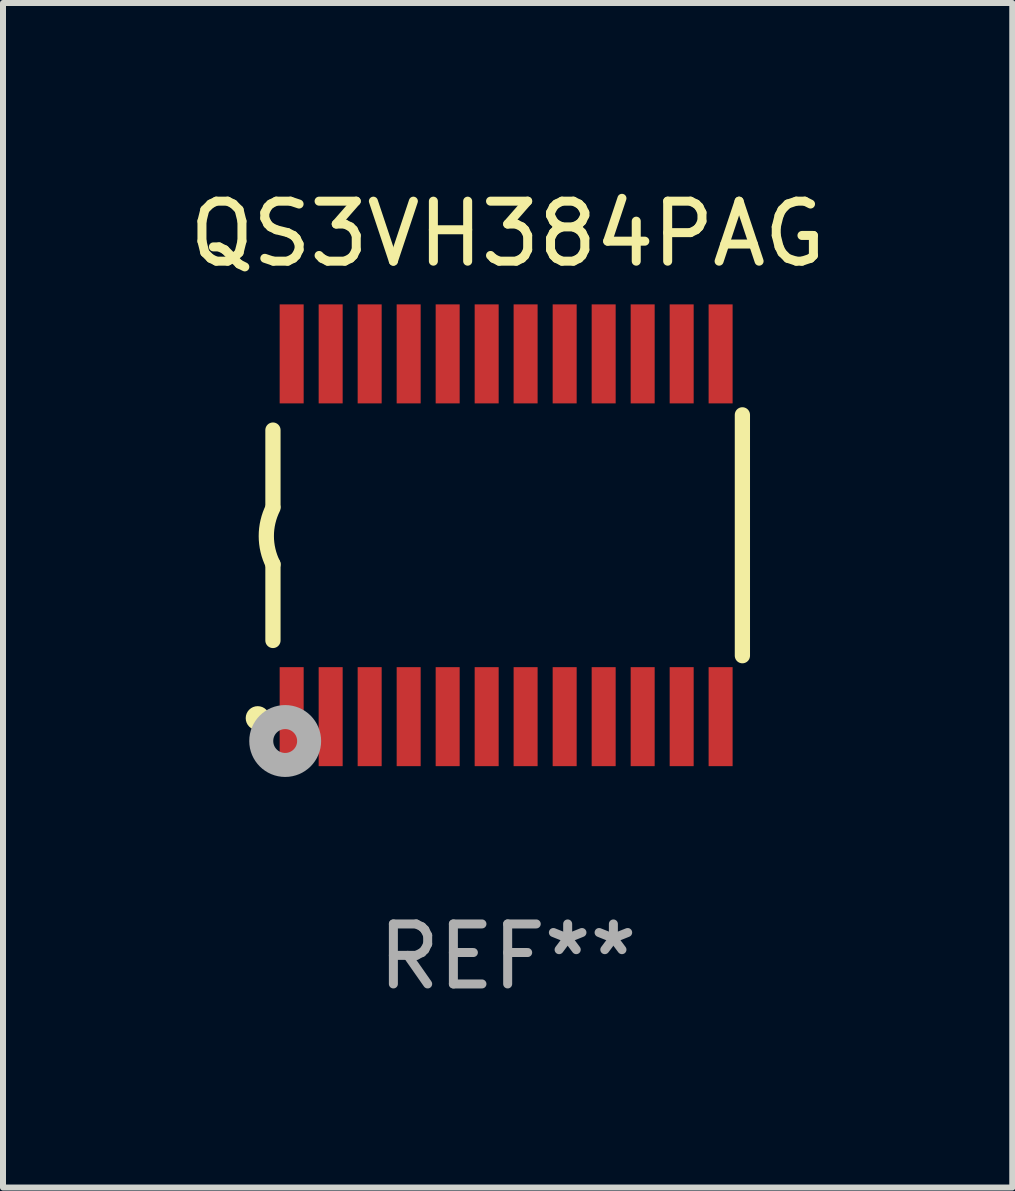
<source format=kicad_pcb>
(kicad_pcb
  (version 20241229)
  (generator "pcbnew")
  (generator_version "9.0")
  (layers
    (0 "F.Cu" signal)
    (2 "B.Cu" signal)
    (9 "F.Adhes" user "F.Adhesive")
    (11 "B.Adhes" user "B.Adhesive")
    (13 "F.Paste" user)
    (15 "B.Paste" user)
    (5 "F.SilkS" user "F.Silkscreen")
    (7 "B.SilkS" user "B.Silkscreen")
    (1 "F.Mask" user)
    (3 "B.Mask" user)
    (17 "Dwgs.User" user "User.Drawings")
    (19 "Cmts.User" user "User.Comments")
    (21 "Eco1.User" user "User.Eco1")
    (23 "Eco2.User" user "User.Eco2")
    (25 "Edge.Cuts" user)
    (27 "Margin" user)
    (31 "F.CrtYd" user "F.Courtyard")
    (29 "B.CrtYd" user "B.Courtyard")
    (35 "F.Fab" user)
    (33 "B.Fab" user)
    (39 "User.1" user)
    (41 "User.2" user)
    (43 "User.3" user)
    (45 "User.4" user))
  (footprint "QS3VH384PAG"
    (layer "F.Cu")
    (at 5.411 5.871)
    (property "Reference" "QS3VH384PAG" (at 0 -5.023 0) (layer "F.SilkS") (effects (font (size 1 1) (thickness 0.15))))
    (attr through_hole)
    (fp_line (start -3.912 -0.483) (end -3.912 -1.753) (stroke (width 0.254) (type solid)) (layer "F.SilkS"))
    (fp_line (start -3.912 1.753) (end -3.912 0.483) (stroke (width 0.254) (type solid)) (layer "F.SilkS"))
    (fp_line (start 3.912 -2.007) (end 3.912 2.007) (stroke (width 0.254) (type solid)) (layer "F.SilkS"))
    (fp_arc (start -3.911608 0.482601) (mid -4.022537 0.0127) (end -3.911608 -0.457201) (stroke (width 0.254001) (type solid)) (layer "F.SilkS"))
    (fp_circle (center -4.166 3.048) (end -4.066 3.048) (stroke (width 0.2) (type solid)) (fill no) (layer "F.SilkS"))
    (fp_circle (center -3.925 3.186) (end -3.895 3.186) (stroke (width 0.06) (type solid)) (fill no) (layer "F.SilkS"))
    (fp_circle (center -3.708 3.429) (end -3.509 3.429) (stroke (width 0.4) (type solid)) (fill no) (layer "F.Fab"))
    (fp_text user "REF**" (at 0 7.023 0) (layer "F.Fab") (effects (font (size 1 1) (thickness 0.15))))
    (pad "1" smd rect (at -3.6 3.023) (size 0.4 1.65) (layers "F.Cu" "F.Mask" "F.Paste"))
    (pad "2" smd rect (at -2.95 3.023) (size 0.4 1.65) (layers "F.Cu" "F.Mask" "F.Paste"))
    (pad "3" smd rect (at -2.3 3.023) (size 0.4 1.65) (layers "F.Cu" "F.Mask" "F.Paste"))
    (pad "4" smd rect (at -1.65 3.023) (size 0.4 1.65) (layers "F.Cu" "F.Mask" "F.Paste"))
    (pad "5" smd rect (at -1 3.023) (size 0.4 1.65) (layers "F.Cu" "F.Mask" "F.Paste"))
    (pad "6" smd rect (at -0.35 3.023) (size 0.4 1.65) (layers "F.Cu" "F.Mask" "F.Paste"))
    (pad "7" smd rect (at 0.299 3.023) (size 0.4 1.65) (layers "F.Cu" "F.Mask" "F.Paste"))
    (pad "8" smd rect (at 0.95 3.023) (size 0.4 1.65) (layers "F.Cu" "F.Mask" "F.Paste"))
    (pad "9" smd rect (at 1.6 3.023) (size 0.4 1.65) (layers "F.Cu" "F.Mask" "F.Paste"))
    (pad "10" smd rect (at 2.25 3.023) (size 0.4 1.65) (layers "F.Cu" "F.Mask" "F.Paste"))
    (pad "11" smd rect (at 2.9 3.023) (size 0.4 1.65) (layers "F.Cu" "F.Mask" "F.Paste"))
    (pad "12" smd rect (at 3.549 3.023) (size 0.4 1.65) (layers "F.Cu" "F.Mask" "F.Paste"))
    (pad "13" smd rect (at 3.549 -3.023) (size 0.4 1.65) (layers "F.Cu" "F.Mask" "F.Paste"))
    (pad "14" smd rect (at 2.9 -3.023) (size 0.4 1.65) (layers "F.Cu" "F.Mask" "F.Paste"))
    (pad "15" smd rect (at 2.25 -3.023) (size 0.4 1.65) (layers "F.Cu" "F.Mask" "F.Paste"))
    (pad "16" smd rect (at 1.6 -3.023) (size 0.4 1.65) (layers "F.Cu" "F.Mask" "F.Paste"))
    (pad "17" smd rect (at 0.95 -3.023) (size 0.4 1.65) (layers "F.Cu" "F.Mask" "F.Paste"))
    (pad "18" smd rect (at 0.299 -3.023) (size 0.4 1.65) (layers "F.Cu" "F.Mask" "F.Paste"))
    (pad "19" smd rect (at -0.35 -3.023) (size 0.4 1.65) (layers "F.Cu" "F.Mask" "F.Paste"))
    (pad "20" smd rect (at -1 -3.023) (size 0.4 1.65) (layers "F.Cu" "F.Mask" "F.Paste"))
    (pad "21" smd rect (at -1.65 -3.023) (size 0.4 1.65) (layers "F.Cu" "F.Mask" "F.Paste"))
    (pad "22" smd rect (at -2.3 -3.023) (size 0.4 1.65) (layers "F.Cu" "F.Mask" "F.Paste"))
    (pad "23" smd rect (at -2.95 -3.023) (size 0.4 1.65) (layers "F.Cu" "F.Mask" "F.Paste"))
    (pad "24" smd rect (at -3.6 -3.023) (size 0.4 1.65) (layers "F.Cu" "F.Mask" "F.Paste")))
  (gr_rect
    (start -3 -3)
    (end 13.821 16.742)
    (stroke (width 0.1) (type default))
    (fill no)
    (layer "Edge.Cuts")))
</source>
